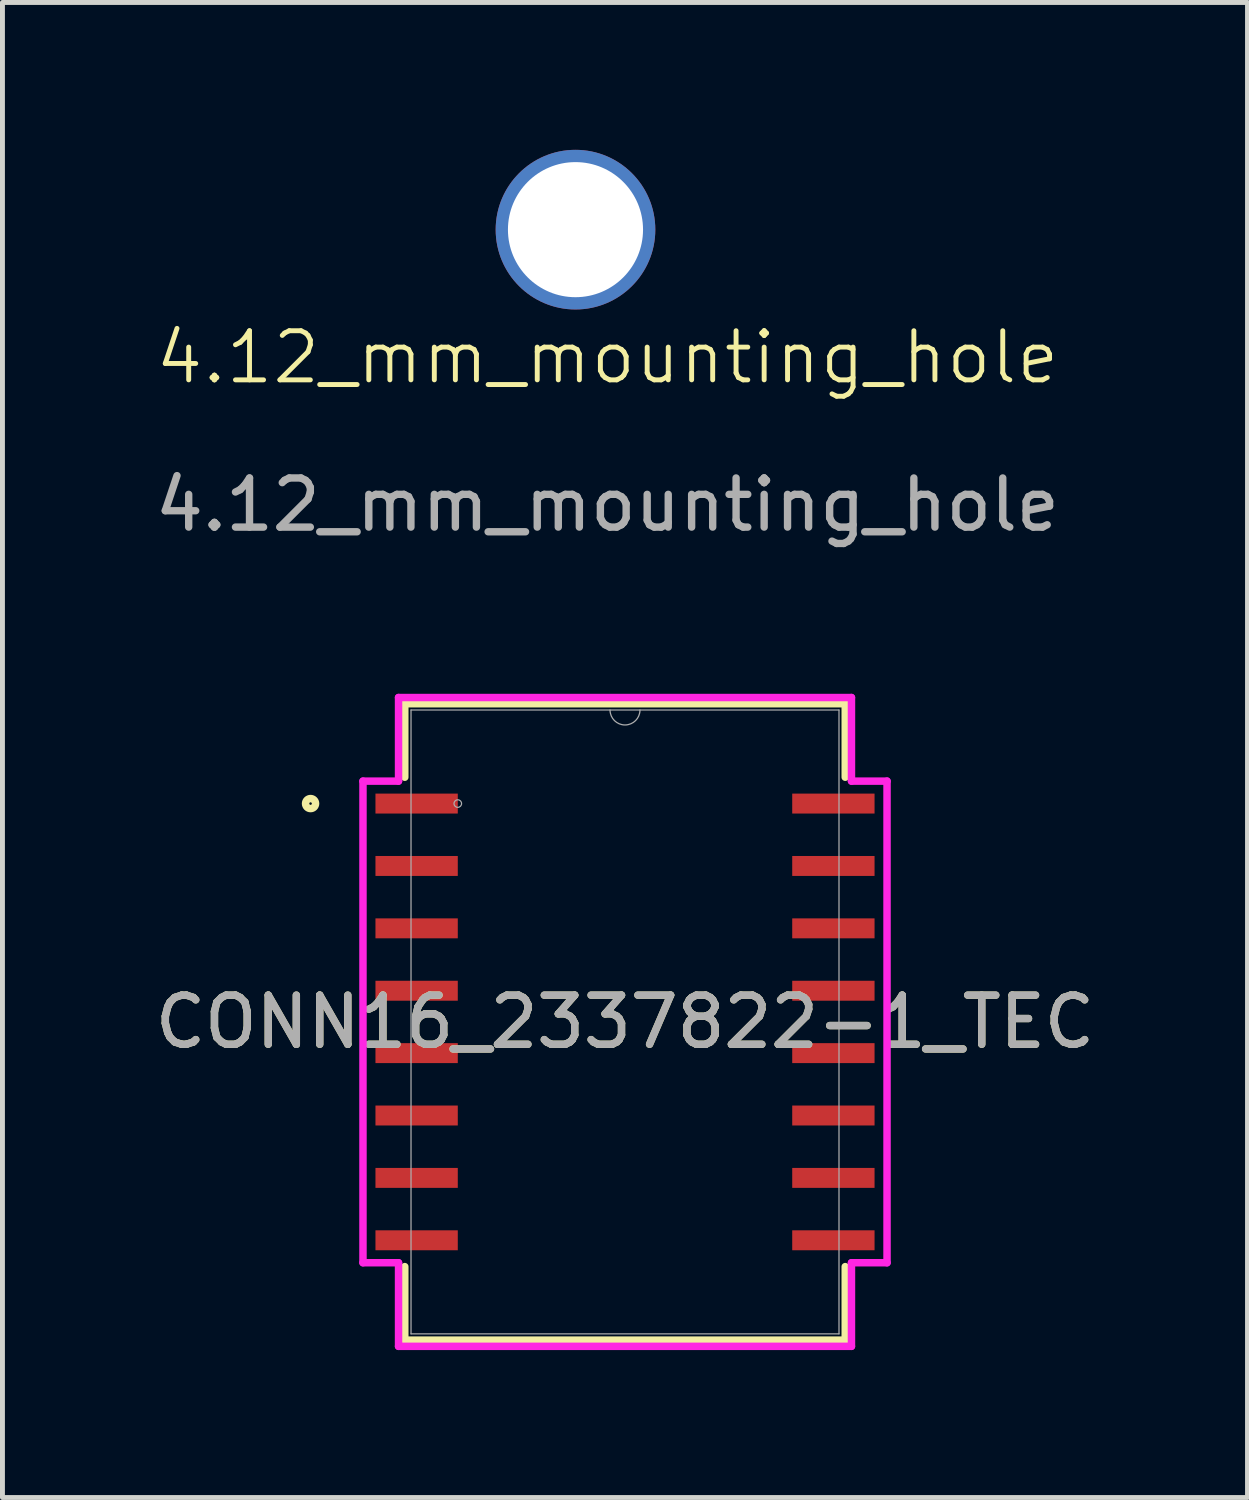
<source format=kicad_pcb>
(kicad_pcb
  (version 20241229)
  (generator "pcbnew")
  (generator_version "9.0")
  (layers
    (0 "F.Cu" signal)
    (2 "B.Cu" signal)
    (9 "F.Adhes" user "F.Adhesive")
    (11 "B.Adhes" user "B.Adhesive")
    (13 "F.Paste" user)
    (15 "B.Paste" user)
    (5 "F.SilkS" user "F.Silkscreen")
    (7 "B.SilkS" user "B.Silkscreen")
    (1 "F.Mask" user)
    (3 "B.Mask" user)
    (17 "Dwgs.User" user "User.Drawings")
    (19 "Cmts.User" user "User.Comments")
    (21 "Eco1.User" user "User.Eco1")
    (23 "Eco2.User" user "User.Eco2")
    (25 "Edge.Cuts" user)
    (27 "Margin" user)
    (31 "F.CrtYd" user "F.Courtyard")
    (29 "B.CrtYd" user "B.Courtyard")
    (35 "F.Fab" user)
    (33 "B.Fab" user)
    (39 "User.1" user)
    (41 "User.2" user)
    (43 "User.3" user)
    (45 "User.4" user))
  (footprint "CONN16_2337822-1_TEC"
    (layer "F.Cu")
    (at 9.673 17.753)
    (property "Reference" "CONN16_2337822-1_TEC" (at 0 0 0) (unlocked yes) (layer "F.SilkS") (effects (font (size 1 1) (thickness 0.15))))
    (attr smd)
    (fp_line (start -4.483 -6.477) (end -4.483 -4.981) (stroke (width 0.152) (type solid)) (layer "F.SilkS"))
    (fp_line (start -4.483 4.981) (end -4.483 6.477) (stroke (width 0.152) (type solid)) (layer "F.SilkS"))
    (fp_line (start -4.483 6.477) (end 4.483 6.477) (stroke (width 0.152) (type solid)) (layer "F.SilkS"))
    (fp_line (start 4.483 -6.477) (end -4.483 -6.477) (stroke (width 0.152) (type solid)) (layer "F.SilkS"))
    (fp_line (start 4.483 -4.981) (end 4.483 -6.477) (stroke (width 0.152) (type solid)) (layer "F.SilkS"))
    (fp_line (start 4.483 6.477) (end 4.483 4.981) (stroke (width 0.152) (type solid)) (layer "F.SilkS"))
    (fp_circle (center -6.401 -4.445) (end -6.299 -4.445) (stroke (width 0.152) (type solid)) (fill no) (layer "F.SilkS"))
    (fp_line (start -5.334 -4.902) (end -4.61 -4.902) (stroke (width 0.152) (type solid)) (layer "F.CrtYd"))
    (fp_line (start -5.334 4.902) (end -5.334 -4.902) (stroke (width 0.152) (type solid)) (layer "F.CrtYd"))
    (fp_line (start -5.334 4.902) (end -4.61 4.902) (stroke (width 0.152) (type solid)) (layer "F.CrtYd"))
    (fp_line (start -4.61 -6.604) (end 4.61 -6.604) (stroke (width 0.152) (type solid)) (layer "F.CrtYd"))
    (fp_line (start -4.61 -4.902) (end -4.61 -6.604) (stroke (width 0.152) (type solid)) (layer "F.CrtYd"))
    (fp_line (start -4.61 6.604) (end -4.61 4.902) (stroke (width 0.152) (type solid)) (layer "F.CrtYd"))
    (fp_line (start 4.61 -6.604) (end 4.61 -4.902) (stroke (width 0.152) (type solid)) (layer "F.CrtYd"))
    (fp_line (start 4.61 4.902) (end 4.61 6.604) (stroke (width 0.152) (type solid)) (layer "F.CrtYd"))
    (fp_line (start 4.61 6.604) (end -4.61 6.604) (stroke (width 0.152) (type solid)) (layer "F.CrtYd"))
    (fp_line (start 5.334 -4.902) (end 4.61 -4.902) (stroke (width 0.152) (type solid)) (layer "F.CrtYd"))
    (fp_line (start 5.334 -4.902) (end 5.334 4.902) (stroke (width 0.152) (type solid)) (layer "F.CrtYd"))
    (fp_line (start 5.334 4.902) (end 4.61 4.902) (stroke (width 0.152) (type solid)) (layer "F.CrtYd"))
    (fp_line (start -4.356 -6.35) (end -4.356 6.35) (stroke (width 0.025) (type solid)) (layer "F.Fab"))
    (fp_line (start -4.356 6.35) (end 4.356 6.35) (stroke (width 0.025) (type solid)) (layer "F.Fab"))
    (fp_line (start 4.356 -6.35) (end -4.356 -6.35) (stroke (width 0.025) (type solid)) (layer "F.Fab"))
    (fp_line (start 4.356 6.35) (end 4.356 -6.35) (stroke (width 0.025) (type solid)) (layer "F.Fab"))
    (fp_arc (start 0.3048 -6.35) (mid 0 -6.0452) (end -0.3048 -6.35) (stroke (width 0.0254) (type solid)) (layer "F.Fab"))
    (fp_circle (center -3.404 -4.445) (end -3.327 -4.445) (stroke (width 0.025) (type solid)) (fill no) (layer "F.Fab"))
    (fp_text user "${REFERENCE}" (at 0 0 0) (unlocked yes) (layer "F.Fab") (effects (font (size 1 1) (thickness 0.15))))
    (pad "1" smd rect (at -4.242 -4.445) (size 1.676 0.406) (layers "F.Cu" "F.Mask" "F.Paste"))
    (pad "2" smd rect (at -4.242 -3.175) (size 1.676 0.406) (layers "F.Cu" "F.Mask" "F.Paste"))
    (pad "3" smd rect (at -4.242 -1.905) (size 1.676 0.406) (layers "F.Cu" "F.Mask" "F.Paste"))
    (pad "4" smd rect (at -4.242 -0.635) (size 1.676 0.406) (layers "F.Cu" "F.Mask" "F.Paste"))
    (pad "5" smd rect (at -4.242 0.635) (size 1.676 0.406) (layers "F.Cu" "F.Mask" "F.Paste"))
    (pad "6" smd rect (at -4.242 1.905) (size 1.676 0.406) (layers "F.Cu" "F.Mask" "F.Paste"))
    (pad "7" smd rect (at -4.242 3.175) (size 1.676 0.406) (layers "F.Cu" "F.Mask" "F.Paste"))
    (pad "8" smd rect (at -4.242 4.445) (size 1.676 0.406) (layers "F.Cu" "F.Mask" "F.Paste"))
    (pad "9" smd rect (at 4.242 4.445) (size 1.676 0.406) (layers "F.Cu" "F.Mask" "F.Paste"))
    (pad "10" smd rect (at 4.242 3.175) (size 1.676 0.406) (layers "F.Cu" "F.Mask" "F.Paste"))
    (pad "11" smd rect (at 4.242 1.905) (size 1.676 0.406) (layers "F.Cu" "F.Mask" "F.Paste"))
    (pad "12" smd rect (at 4.242 0.635) (size 1.676 0.406) (layers "F.Cu" "F.Mask" "F.Paste"))
    (pad "13" smd rect (at 4.242 -0.635) (size 1.676 0.406) (layers "F.Cu" "F.Mask" "F.Paste"))
    (pad "14" smd rect (at 4.242 -1.905) (size 1.676 0.406) (layers "F.Cu" "F.Mask" "F.Paste"))
    (pad "15" smd rect (at 4.242 -3.175) (size 1.676 0.406) (layers "F.Cu" "F.Mask" "F.Paste"))
    (pad "16" smd rect (at 4.242 -4.445) (size 1.676 0.406) (layers "F.Cu" "F.Mask" "F.Paste")))
  (footprint "4.12_mm_mounting_hole"
    (layer "F.Cu")
    (at 9.315 4.725)
    (property "Reference" "4.12_mm_mounting_hole" (at 0 -0.5 0) (unlocked yes) (layer "F.SilkS") (effects (font (size 1 1) (thickness 0.1))))
    (attr smd)
    (fp_text user "${REFERENCE}" (at 0 2.5 0) (unlocked yes) (layer "F.Fab") (effects (font (size 1 1) (thickness 0.15))))
    (pad "1" thru_hole circle (at -0.65 -3.1) (size 3.25 3.25) (drill 2.75) (layers "*.Cu" "*.Mask")))
  (gr_rect
    (start -3 -3)
    (end 22.345 27.434)
    (stroke (width 0.1) (type default))
    (fill no)
    (layer "Edge.Cuts")))
</source>
